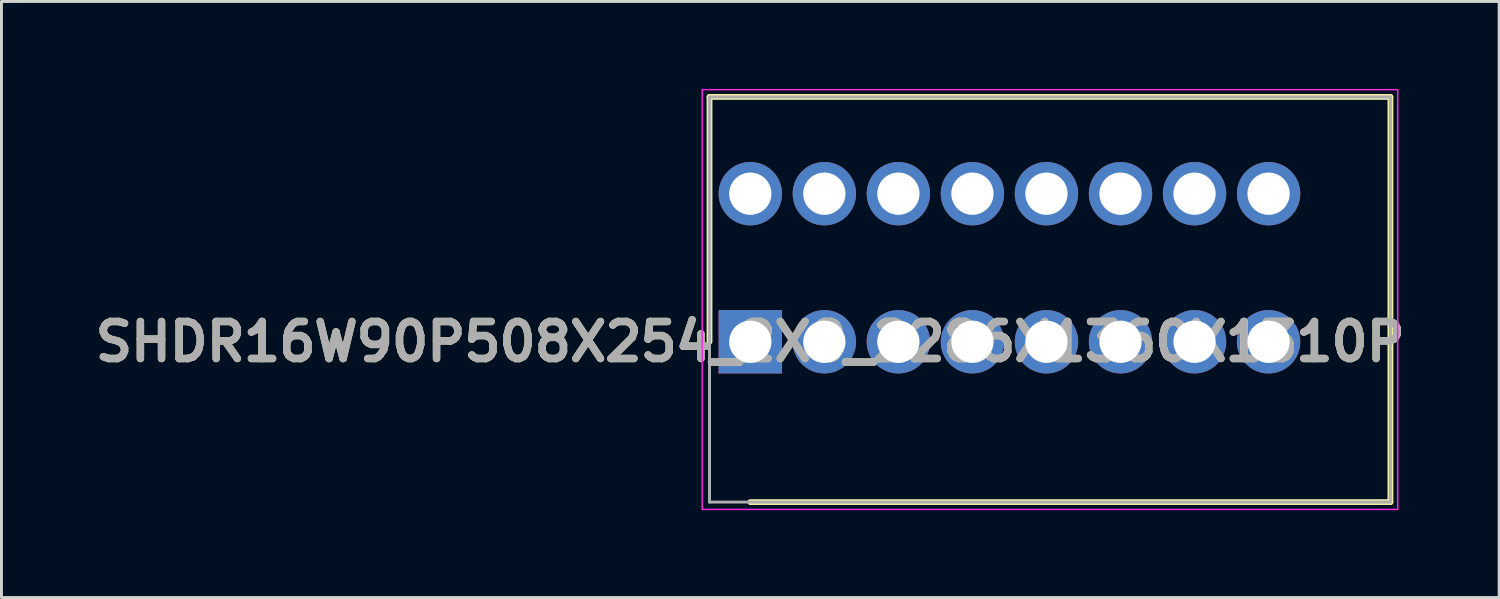
<source format=kicad_pcb>
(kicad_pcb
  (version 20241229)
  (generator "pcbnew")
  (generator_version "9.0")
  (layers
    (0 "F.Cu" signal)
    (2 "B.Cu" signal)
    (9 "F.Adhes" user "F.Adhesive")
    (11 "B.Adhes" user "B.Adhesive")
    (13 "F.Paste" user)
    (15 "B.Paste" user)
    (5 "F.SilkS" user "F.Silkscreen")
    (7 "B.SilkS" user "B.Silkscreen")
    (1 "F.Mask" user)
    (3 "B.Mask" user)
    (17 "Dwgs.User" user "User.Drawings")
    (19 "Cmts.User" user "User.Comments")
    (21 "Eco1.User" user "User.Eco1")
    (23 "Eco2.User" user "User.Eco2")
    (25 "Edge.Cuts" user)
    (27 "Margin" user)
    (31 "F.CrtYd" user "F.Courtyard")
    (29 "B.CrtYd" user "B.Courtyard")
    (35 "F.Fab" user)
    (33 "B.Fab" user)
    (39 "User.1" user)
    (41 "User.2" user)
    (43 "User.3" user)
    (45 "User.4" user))
  (footprint "SHDR16W90P508X254_2X8_2286X1360X1310P"
    (layer "F.Cu")
    (at 22.691 8.675)
    (property "Reference" "SHDR16W90P508X254_2X8_2286X1360X1310P" (at 0 0 0) (layer "F.SilkS") (effects (font (size 1.27 1.27) (thickness 0.254))))
    (attr through_hole)
    (fp_line (start -1.4 -8.4) (end -1.4 0) (stroke (width 0.2) (type solid)) (layer "F.SilkS"))
    (fp_line (start 0 5.5) (end 21.96 5.5) (stroke (width 0.2) (type solid)) (layer "F.SilkS"))
    (fp_line (start 21.96 -8.4) (end -1.4 -8.4) (stroke (width 0.2) (type solid)) (layer "F.SilkS"))
    (fp_line (start 21.96 5.5) (end 21.96 -8.4) (stroke (width 0.2) (type solid)) (layer "F.SilkS"))
    (fp_line (start -1.65 -8.65) (end 22.21 -8.65) (stroke (width 0.05) (type solid)) (layer "F.CrtYd"))
    (fp_line (start -1.65 5.75) (end -1.65 -8.65) (stroke (width 0.05) (type solid)) (layer "F.CrtYd"))
    (fp_line (start 22.21 -8.65) (end 22.21 5.75) (stroke (width 0.05) (type solid)) (layer "F.CrtYd"))
    (fp_line (start 22.21 5.75) (end -1.65 5.75) (stroke (width 0.05) (type solid)) (layer "F.CrtYd"))
    (fp_line (start -1.4 -8.4) (end 21.96 -8.4) (stroke (width 0.1) (type solid)) (layer "F.Fab"))
    (fp_line (start -1.4 5.5) (end -1.4 -8.4) (stroke (width 0.1) (type solid)) (layer "F.Fab"))
    (fp_line (start 21.96 -8.4) (end 21.96 5.5) (stroke (width 0.1) (type solid)) (layer "F.Fab"))
    (fp_line (start 21.96 5.5) (end -1.4 5.5) (stroke (width 0.1) (type solid)) (layer "F.Fab"))
    (fp_text user "${REFERENCE}" (at 0 0 0) (layer "F.Fab") (effects (font (size 1.27 1.27) (thickness 0.254))))
    (pad "1" thru_hole rect (at 0 0) (size 2.175 2.175) (drill 1.45) (layers "*.Cu" "*.Mask"))
    (pad "2" thru_hole circle (at 0 -5.08) (size 2.175 2.175) (drill 1.45) (layers "*.Cu" "*.Mask"))
    (pad "3" thru_hole circle (at 2.54 0) (size 2.175 2.175) (drill 1.45) (layers "*.Cu" "*.Mask"))
    (pad "4" thru_hole circle (at 2.54 -5.08) (size 2.175 2.175) (drill 1.45) (layers "*.Cu" "*.Mask"))
    (pad "5" thru_hole circle (at 5.08 0) (size 2.175 2.175) (drill 1.45) (layers "*.Cu" "*.Mask"))
    (pad "6" thru_hole circle (at 5.08 -5.08) (size 2.175 2.175) (drill 1.45) (layers "*.Cu" "*.Mask"))
    (pad "7" thru_hole circle (at 7.62 0) (size 2.175 2.175) (drill 1.45) (layers "*.Cu" "*.Mask"))
    (pad "8" thru_hole circle (at 7.62 -5.08) (size 2.175 2.175) (drill 1.45) (layers "*.Cu" "*.Mask"))
    (pad "9" thru_hole circle (at 10.16 0) (size 2.175 2.175) (drill 1.45) (layers "*.Cu" "*.Mask"))
    (pad "10" thru_hole circle (at 10.16 -5.08) (size 2.175 2.175) (drill 1.45) (layers "*.Cu" "*.Mask"))
    (pad "11" thru_hole circle (at 12.7 0) (size 2.175 2.175) (drill 1.45) (layers "*.Cu" "*.Mask"))
    (pad "12" thru_hole circle (at 12.7 -5.08) (size 2.175 2.175) (drill 1.45) (layers "*.Cu" "*.Mask"))
    (pad "13" thru_hole circle (at 15.24 0) (size 2.175 2.175) (drill 1.45) (layers "*.Cu" "*.Mask"))
    (pad "14" thru_hole circle (at 15.24 -5.08) (size 2.175 2.175) (drill 1.45) (layers "*.Cu" "*.Mask"))
    (pad "15" thru_hole circle (at 17.78 0) (size 2.175 2.175) (drill 1.45) (layers "*.Cu" "*.Mask"))
    (pad "16" thru_hole circle (at 17.78 -5.08) (size 2.175 2.175) (drill 1.45) (layers "*.Cu" "*.Mask")))
  (gr_rect
    (start -3 -3)
    (end 48.381 17.45)
    (stroke (width 0.1) (type default))
    (fill no)
    (layer "Edge.Cuts")))
</source>
